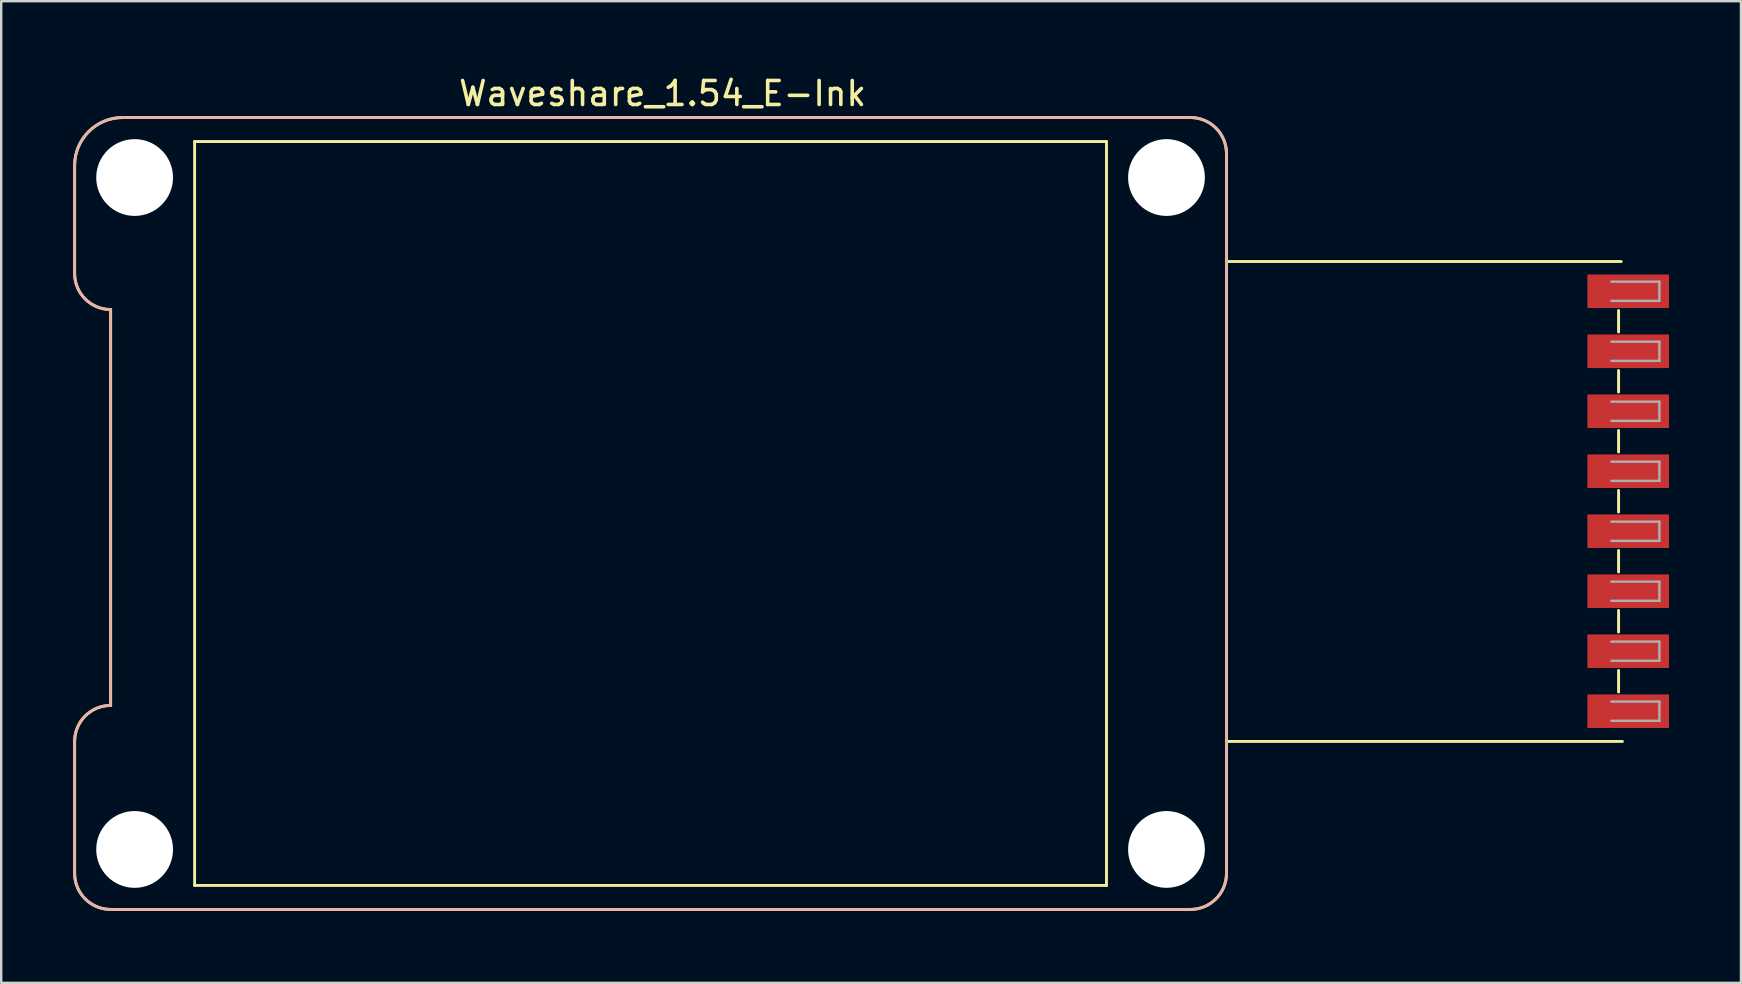
<source format=kicad_pcb>
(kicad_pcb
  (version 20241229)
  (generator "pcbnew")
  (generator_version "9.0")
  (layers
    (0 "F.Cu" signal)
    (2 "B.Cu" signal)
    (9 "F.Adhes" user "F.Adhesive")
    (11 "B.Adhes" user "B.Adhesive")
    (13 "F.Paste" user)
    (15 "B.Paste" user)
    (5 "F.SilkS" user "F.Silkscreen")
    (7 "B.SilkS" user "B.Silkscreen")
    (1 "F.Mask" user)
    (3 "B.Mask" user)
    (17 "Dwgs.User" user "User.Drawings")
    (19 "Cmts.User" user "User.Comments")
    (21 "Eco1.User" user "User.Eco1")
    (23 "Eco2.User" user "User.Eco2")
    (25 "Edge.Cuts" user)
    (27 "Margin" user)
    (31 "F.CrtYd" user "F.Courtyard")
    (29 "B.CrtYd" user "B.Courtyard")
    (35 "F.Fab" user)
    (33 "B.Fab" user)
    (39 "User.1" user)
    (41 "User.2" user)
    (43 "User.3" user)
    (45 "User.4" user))
  (footprint "Waveshare_1.54_E-Ink"
    (layer "F.Cu")
    (at 24.56 17.848)
    (property "Reference" "Waveshare_1.54_E-Ink" (at 0 -17 0) (layer "F.SilkS") (effects (font (size 1 1) (thickness 0.15))))
    (attr through_hole)
    (fp_line (start -24.5 -14) (end -24.5 -9.5) (stroke (width 0.12) (type solid)) (layer "F.SilkS"))
    (fp_line (start -24.5 10) (end -24.5 15.5) (stroke (width 0.12) (type solid)) (layer "F.SilkS"))
    (fp_line (start -23 -8) (end -23 8.5) (stroke (width 0.12) (type solid)) (layer "F.SilkS"))
    (fp_line (start -22.5 -16) (end 22 -16) (stroke (width 0.12) (type solid)) (layer "F.SilkS"))
    (fp_line (start -19.5 -15) (end 18.5 -15) (stroke (width 0.12) (type solid)) (layer "F.SilkS"))
    (fp_line (start -19.5 16) (end -19.5 -15) (stroke (width 0.12) (type solid)) (layer "F.SilkS"))
    (fp_line (start 18.5 -15) (end 18.5 16) (stroke (width 0.12) (type solid)) (layer "F.SilkS"))
    (fp_line (start 18.5 16) (end -19.5 16) (stroke (width 0.12) (type solid)) (layer "F.SilkS"))
    (fp_line (start 22 17) (end -23 17) (stroke (width 0.12) (type solid)) (layer "F.SilkS"))
    (fp_line (start 23.5 -14.5) (end 23.5 15.5) (stroke (width 0.12) (type solid)) (layer "F.SilkS"))
    (fp_line (start 23.5 -10) (end 39.95 -10) (stroke (width 0.12) (type solid)) (layer "F.SilkS"))
    (fp_line (start 39.84 -7.96) (end 39.84 -7.06) (stroke (width 0.12) (type solid)) (layer "F.SilkS"))
    (fp_line (start 39.84 -5.46) (end 39.84 -4.56) (stroke (width 0.12) (type solid)) (layer "F.SilkS"))
    (fp_line (start 39.84 -2.96) (end 39.84 -2.06) (stroke (width 0.12) (type solid)) (layer "F.SilkS"))
    (fp_line (start 39.84 -0.46) (end 39.84 0.44) (stroke (width 0.12) (type solid)) (layer "F.SilkS"))
    (fp_line (start 39.84 2.04) (end 39.84 2.94) (stroke (width 0.12) (type solid)) (layer "F.SilkS"))
    (fp_line (start 39.84 4.54) (end 39.84 5.44) (stroke (width 0.12) (type solid)) (layer "F.SilkS"))
    (fp_line (start 39.84 7.04) (end 39.84 7.94) (stroke (width 0.12) (type solid)) (layer "F.SilkS"))
    (fp_line (start 40 10) (end 23.5 10) (stroke (width 0.12) (type solid)) (layer "F.SilkS"))
    (fp_arc (start -24.5 -14) (mid -23.914214 -15.414214) (end -22.5 -16) (stroke (width 0.12) (type solid)) (layer "F.SilkS"))
    (fp_arc (start -24.5 10) (mid -24.06066 8.93934) (end -23 8.5) (stroke (width 0.12) (type solid)) (layer "F.SilkS"))
    (fp_arc (start -23 -8) (mid -24.06066 -8.43934) (end -24.5 -9.5) (stroke (width 0.12) (type solid)) (layer "F.SilkS"))
    (fp_arc (start -23 17) (mid -24.06066 16.56066) (end -24.5 15.5) (stroke (width 0.12) (type solid)) (layer "F.SilkS"))
    (fp_arc (start 22 -16) (mid 23.06066 -15.56066) (end 23.5 -14.5) (stroke (width 0.12) (type solid)) (layer "F.SilkS"))
    (fp_arc (start 23.5 15.5) (mid 23.06066 16.56066) (end 22 17) (stroke (width 0.12) (type solid)) (layer "F.SilkS"))
    (fp_line (start -24.5 -14) (end -24.5 -9.5) (stroke (width 0.12) (type solid)) (layer "B.SilkS"))
    (fp_line (start -24.5 10) (end -24.5 15.5) (stroke (width 0.12) (type solid)) (layer "B.SilkS"))
    (fp_line (start -23 -8) (end -23 8.5) (stroke (width 0.12) (type solid)) (layer "B.SilkS"))
    (fp_line (start -22.5 -16) (end 22 -16) (stroke (width 0.12) (type solid)) (layer "B.SilkS"))
    (fp_line (start 22 17) (end -23 17) (stroke (width 0.12) (type solid)) (layer "B.SilkS"))
    (fp_line (start 23.5 -14.5) (end 23.5 15.5) (stroke (width 0.12) (type solid)) (layer "B.SilkS"))
    (fp_arc (start -24.5 -14) (mid -23.914214 -15.414214) (end -22.5 -16) (stroke (width 0.12) (type solid)) (layer "B.SilkS"))
    (fp_arc (start -24.5 10) (mid -24.06066 8.93934) (end -23 8.5) (stroke (width 0.12) (type solid)) (layer "B.SilkS"))
    (fp_arc (start -23 -8) (mid -24.06066 -8.43934) (end -24.5 -9.5) (stroke (width 0.12) (type solid)) (layer "B.SilkS"))
    (fp_arc (start -23 17) (mid -24.06066 16.56066) (end -24.5 15.5) (stroke (width 0.12) (type solid)) (layer "B.SilkS"))
    (fp_arc (start 22 -16) (mid 23.06066 -15.56066) (end 23.5 -14.5) (stroke (width 0.12) (type solid)) (layer "B.SilkS"))
    (fp_arc (start 23.5 15.5) (mid 23.06066 16.56066) (end 22 17) (stroke (width 0.12) (type solid)) (layer "B.SilkS"))
    (fp_line (start 39.54 -9.16) (end 41.54 -9.16) (stroke (width 0.1) (type solid)) (layer "F.Fab"))
    (fp_line (start 39.54 -8.36) (end 41.54 -8.36) (stroke (width 0.1) (type solid)) (layer "F.Fab"))
    (fp_line (start 39.54 -6.66) (end 41.54 -6.66) (stroke (width 0.1) (type solid)) (layer "F.Fab"))
    (fp_line (start 39.54 -5.86) (end 41.54 -5.86) (stroke (width 0.1) (type solid)) (layer "F.Fab"))
    (fp_line (start 39.54 -4.16) (end 41.54 -4.16) (stroke (width 0.1) (type solid)) (layer "F.Fab"))
    (fp_line (start 39.54 -3.36) (end 41.54 -3.36) (stroke (width 0.1) (type solid)) (layer "F.Fab"))
    (fp_line (start 39.54 -1.66) (end 41.54 -1.66) (stroke (width 0.1) (type solid)) (layer "F.Fab"))
    (fp_line (start 39.54 -0.86) (end 41.54 -0.86) (stroke (width 0.1) (type solid)) (layer "F.Fab"))
    (fp_line (start 39.54 0.84) (end 41.54 0.84) (stroke (width 0.1) (type solid)) (layer "F.Fab"))
    (fp_line (start 39.54 1.64) (end 41.54 1.64) (stroke (width 0.1) (type solid)) (layer "F.Fab"))
    (fp_line (start 39.54 3.34) (end 41.54 3.34) (stroke (width 0.1) (type solid)) (layer "F.Fab"))
    (fp_line (start 39.54 4.14) (end 41.54 4.14) (stroke (width 0.1) (type solid)) (layer "F.Fab"))
    (fp_line (start 39.54 5.84) (end 41.54 5.84) (stroke (width 0.1) (type solid)) (layer "F.Fab"))
    (fp_line (start 39.54 6.64) (end 41.54 6.64) (stroke (width 0.1) (type solid)) (layer "F.Fab"))
    (fp_line (start 39.54 8.34) (end 41.54 8.34) (stroke (width 0.1) (type solid)) (layer "F.Fab"))
    (fp_line (start 39.54 9.14) (end 41.54 9.14) (stroke (width 0.1) (type solid)) (layer "F.Fab"))
    (fp_line (start 41.54 -8.36) (end 41.54 -9.16) (stroke (width 0.1) (type solid)) (layer "F.Fab"))
    (fp_line (start 41.54 -5.86) (end 41.54 -6.66) (stroke (width 0.1) (type solid)) (layer "F.Fab"))
    (fp_line (start 41.54 -3.36) (end 41.54 -4.16) (stroke (width 0.1) (type solid)) (layer "F.Fab"))
    (fp_line (start 41.54 -0.86) (end 41.54 -1.66) (stroke (width 0.1) (type solid)) (layer "F.Fab"))
    (fp_line (start 41.54 1.64) (end 41.54 0.84) (stroke (width 0.1) (type solid)) (layer "F.Fab"))
    (fp_line (start 41.54 4.14) (end 41.54 3.34) (stroke (width 0.1) (type solid)) (layer "F.Fab"))
    (fp_line (start 41.54 6.64) (end 41.54 5.84) (stroke (width 0.1) (type solid)) (layer "F.Fab"))
    (fp_line (start 41.54 9.14) (end 41.54 8.34) (stroke (width 0.1) (type solid)) (layer "F.Fab"))
    (pad "" np_thru_hole circle (at -22 -13.5) (size 3.2 3.2) (drill 3.2) (layers "*.Cu" "*.Mask"))
    (pad "" np_thru_hole circle (at -22 14.5) (size 3.2 3.2) (drill 3.2) (layers "*.Cu" "*.Mask"))
    (pad "" np_thru_hole circle (at 21 -13.5) (size 3.2 3.2) (drill 3.2) (layers "*.Cu" "*.Mask"))
    (pad "" np_thru_hole circle (at 21 14.5) (size 3.2 3.2) (drill 3.2) (layers "*.Cu" "*.Mask"))
    (pad "1" smd rect (at 40.24 -8.76 270) (size 1.4 3.4) (layers "F.Cu" "F.Mask" "F.Paste"))
    (pad "2" smd rect (at 40.24 -6.26 270) (size 1.4 3.4) (layers "F.Cu" "F.Mask" "F.Paste"))
    (pad "3" smd rect (at 40.24 -3.76 270) (size 1.4 3.4) (layers "F.Cu" "F.Mask" "F.Paste"))
    (pad "4" smd rect (at 40.24 -1.26 270) (size 1.4 3.4) (layers "F.Cu" "F.Mask" "F.Paste"))
    (pad "5" smd rect (at 40.24 1.24 270) (size 1.4 3.4) (layers "F.Cu" "F.Mask" "F.Paste"))
    (pad "6" smd rect (at 40.24 3.74 270) (size 1.4 3.4) (layers "F.Cu" "F.Mask" "F.Paste"))
    (pad "7" smd rect (at 40.24 6.24 270) (size 1.4 3.4) (layers "F.Cu" "F.Mask" "F.Paste"))
    (pad "8" smd rect (at 40.24 8.74 270) (size 1.4 3.4) (layers "F.Cu" "F.Mask" "F.Paste")))
  (gr_rect
    (start -3 -3)
    (end 69.5 37.908)
    (stroke (width 0.1) (type default))
    (fill no)
    (layer "Edge.Cuts")))
</source>
